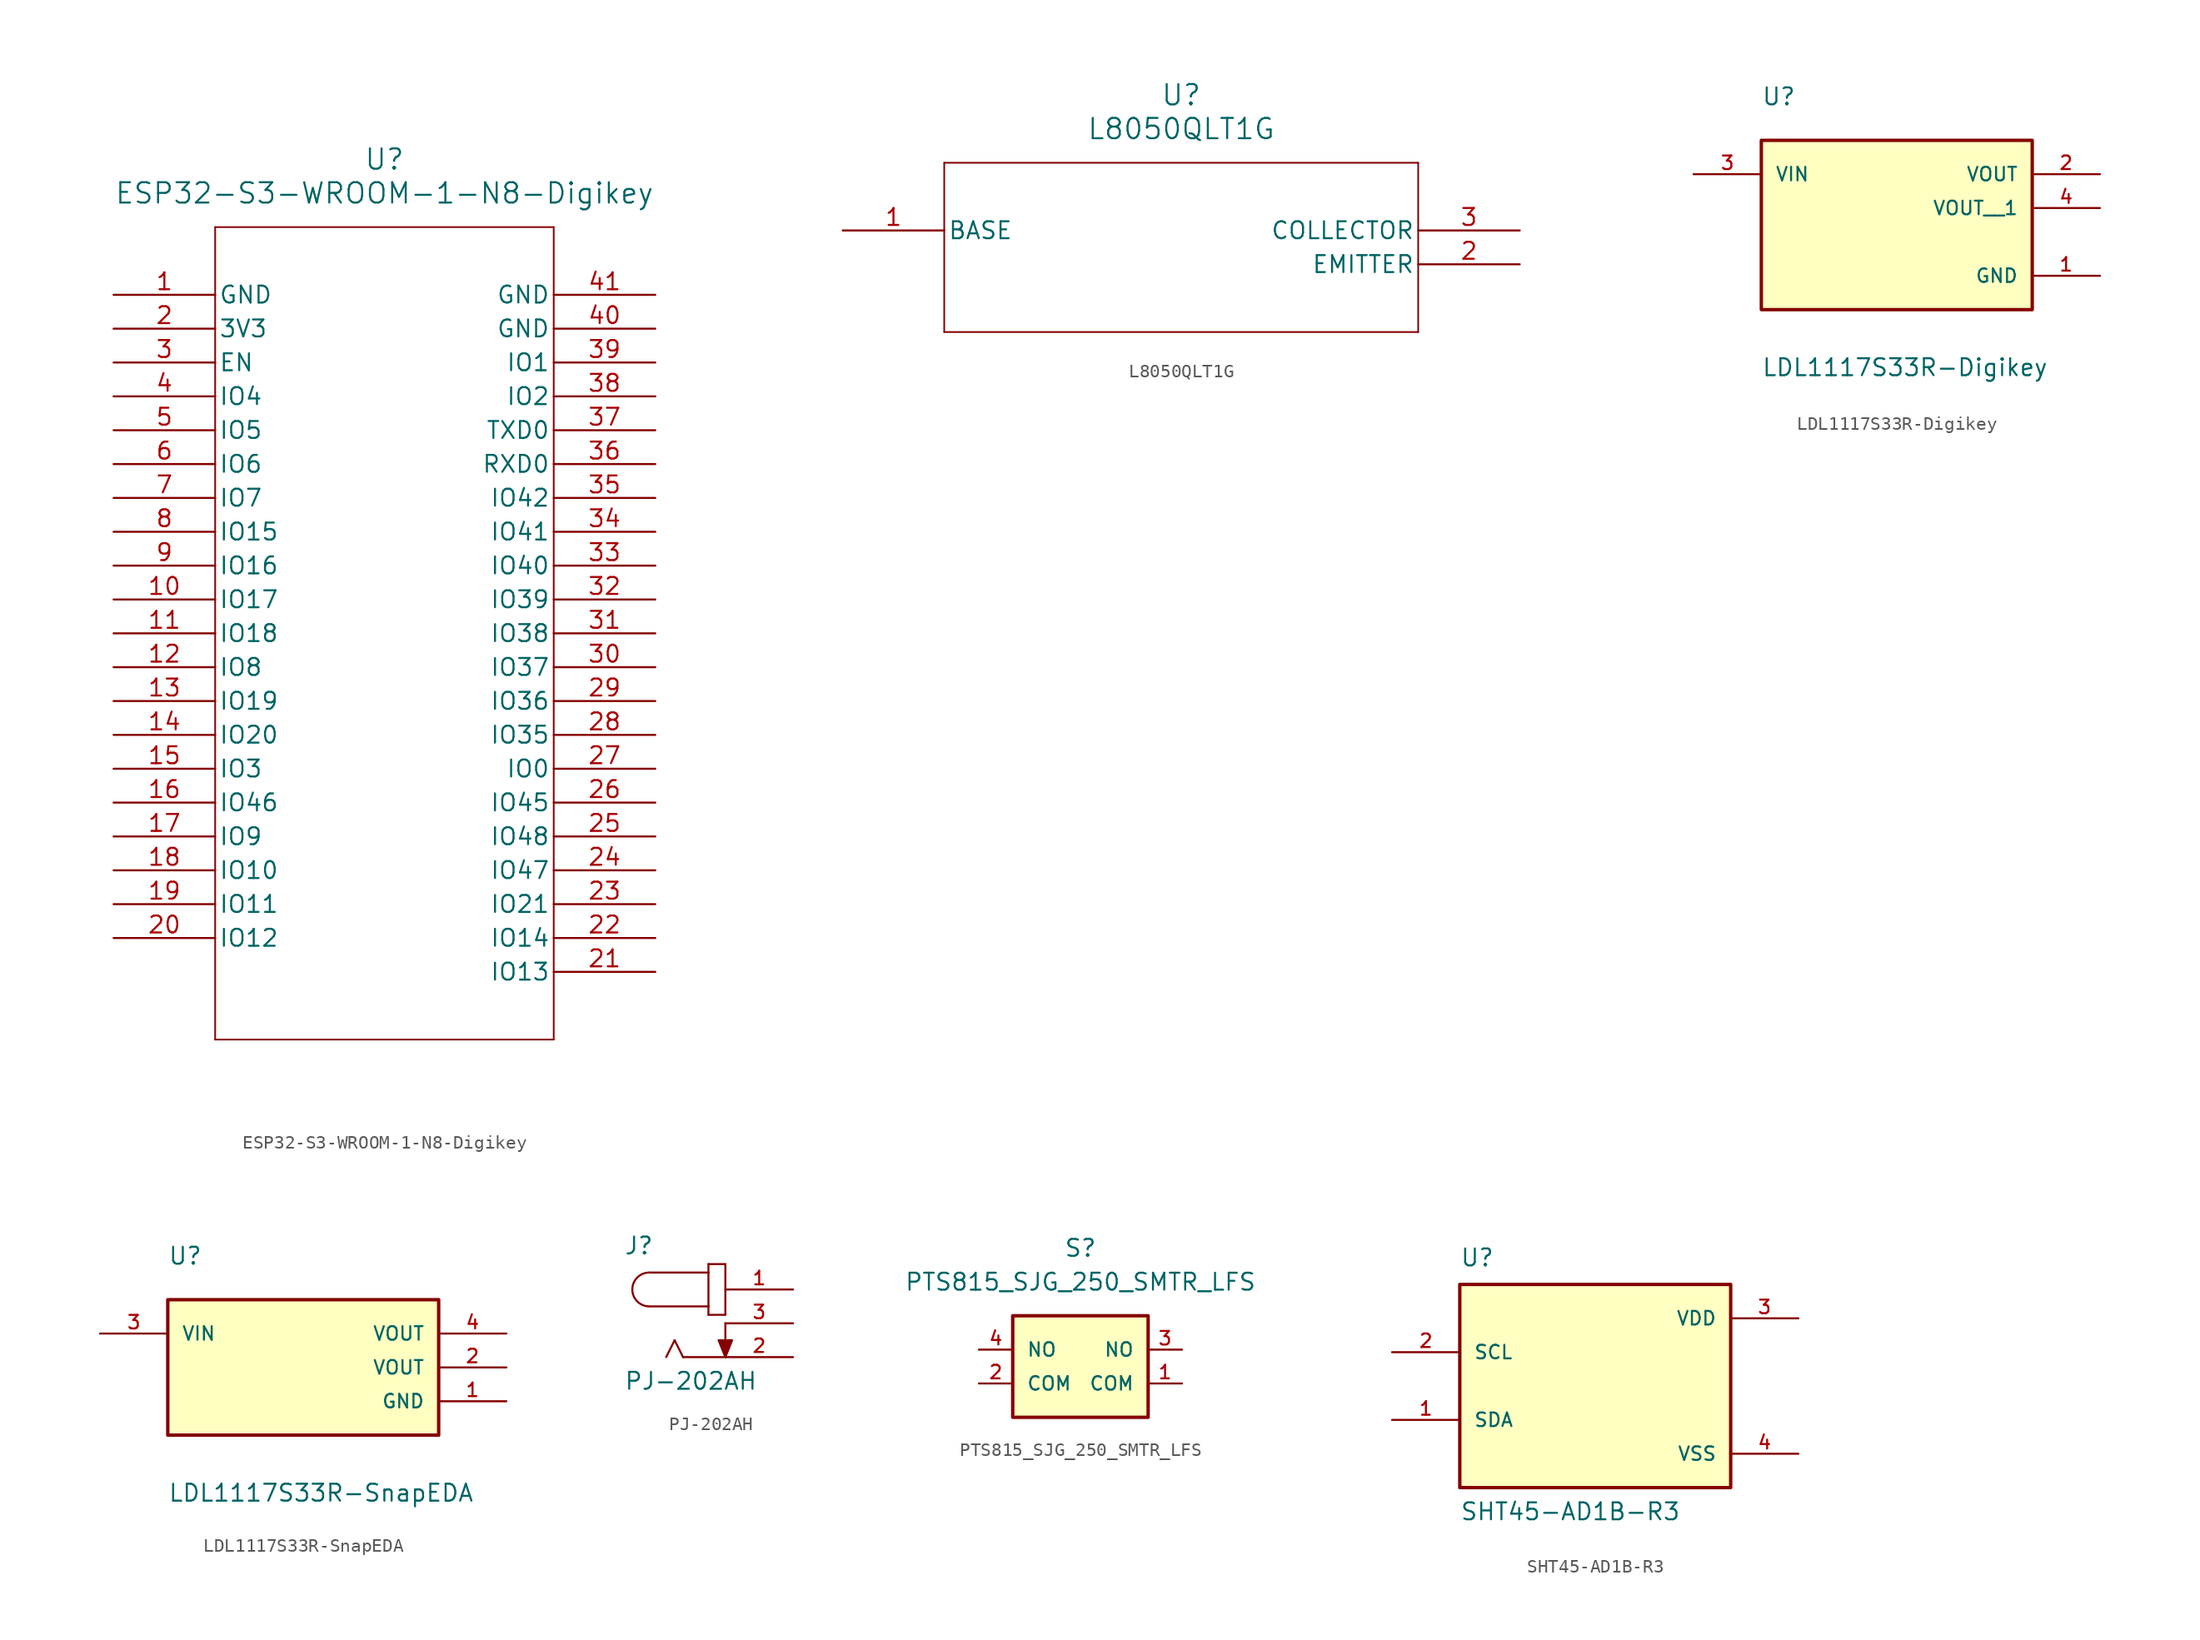
<source format=kicad_sym>
(kicad_symbol_lib
  (version 20231120)
  (generator "kicad_symbol_editor")
  (generator_version "8.0")
  (symbol "ESP32-S3-WROOM-1-N8-Digikey"
    (pin_names
      (offset 0.254))
    (property "Reference" "U"
      (at 20.32 10.16 0)
      (effects (font (size 1.524 1.524))))
    (property "Value" "ESP32-S3-WROOM-1-N8-Digikey"
      (at 20.32 7.62 0)
      (effects (font (size 1.524 1.524))))
    (property "ki_locked" ""
      (at 0 0 0)
      (effects (font (size 1.27 1.27))))
    (symbol "ESP32-S3-WROOM-1-N8-Digikey_0_1"
      (polyline (pts (xy 7.62 -55.88) (xy 33.02 -55.88)) (stroke (width 0.127) (type default)) (fill (type none)))
      (polyline (pts (xy 7.62 5.08) (xy 7.62 -55.88)) (stroke (width 0.127) (type default)) (fill (type none)))
      (polyline (pts (xy 33.02 -55.88) (xy 33.02 5.08)) (stroke (width 0.127) (type default)) (fill (type none)))
      (polyline (pts (xy 33.02 5.08) (xy 7.62 5.08)) (stroke (width 0.127) (type default)) (fill (type none)))
      (pin bidirectional line (at 0 -22.86 0) (length 7.62) (name "IO17" (effects (font (size 1.27 1.27)))) (number "10" (effects (font (size 1.27 1.27)))))
      (pin bidirectional line (at 0 -25.4 0) (length 7.62) (name "IO18" (effects (font (size 1.27 1.27)))) (number "11" (effects (font (size 1.27 1.27)))))
      (pin bidirectional line (at 0 -27.94 0) (length 7.62) (name "IO8" (effects (font (size 1.27 1.27)))) (number "12" (effects (font (size 1.27 1.27)))))
      (pin bidirectional line (at 0 -30.48 0) (length 7.62) (name "IO19" (effects (font (size 1.27 1.27)))) (number "13" (effects (font (size 1.27 1.27)))))
      (pin bidirectional line (at 0 -33.02 0) (length 7.62) (name "IO20" (effects (font (size 1.27 1.27)))) (number "14" (effects (font (size 1.27 1.27)))))
      (pin bidirectional line (at 0 -35.56 0) (length 7.62) (name "IO3" (effects (font (size 1.27 1.27)))) (number "15" (effects (font (size 1.27 1.27)))))
      (pin bidirectional line (at 0 -38.1 0) (length 7.62) (name "IO46" (effects (font (size 1.27 1.27)))) (number "16" (effects (font (size 1.27 1.27)))))
      (pin bidirectional line (at 0 -40.64 0) (length 7.62) (name "IO9" (effects (font (size 1.27 1.27)))) (number "17" (effects (font (size 1.27 1.27)))))
      (pin bidirectional line (at 0 -43.18 0) (length 7.62) (name "IO10" (effects (font (size 1.27 1.27)))) (number "18" (effects (font (size 1.27 1.27)))))
      (pin bidirectional line (at 0 -45.72 0) (length 7.62) (name "IO11" (effects (font (size 1.27 1.27)))) (number "19" (effects (font (size 1.27 1.27)))))
      (pin power_in line (at 0 -2.54 0) (length 7.62) (name "3V3" (effects (font (size 1.27 1.27)))) (number "2" (effects (font (size 1.27 1.27)))))
      (pin bidirectional line (at 0 -48.26 0) (length 7.62) (name "IO12" (effects (font (size 1.27 1.27)))) (number "20" (effects (font (size 1.27 1.27)))))
      (pin bidirectional line (at 40.64 -50.8 180) (length 7.62) (name "IO13" (effects (font (size 1.27 1.27)))) (number "21" (effects (font (size 1.27 1.27)))))
      (pin bidirectional line (at 40.64 -48.26 180) (length 7.62) (name "IO14" (effects (font (size 1.27 1.27)))) (number "22" (effects (font (size 1.27 1.27)))))
      (pin bidirectional line (at 40.64 -45.72 180) (length 7.62) (name "IO21" (effects (font (size 1.27 1.27)))) (number "23" (effects (font (size 1.27 1.27)))))
      (pin bidirectional line (at 40.64 -43.18 180) (length 7.62) (name "IO47" (effects (font (size 1.27 1.27)))) (number "24" (effects (font (size 1.27 1.27)))))
      (pin bidirectional line (at 40.64 -40.64 180) (length 7.62) (name "IO48" (effects (font (size 1.27 1.27)))) (number "25" (effects (font (size 1.27 1.27)))))
      (pin bidirectional line (at 40.64 -38.1 180) (length 7.62) (name "IO45" (effects (font (size 1.27 1.27)))) (number "26" (effects (font (size 1.27 1.27)))))
      (pin bidirectional line (at 40.64 -35.56 180) (length 7.62) (name "IO0" (effects (font (size 1.27 1.27)))) (number "27" (effects (font (size 1.27 1.27)))))
      (pin bidirectional line (at 40.64 -33.02 180) (length 7.62) (name "IO35" (effects (font (size 1.27 1.27)))) (number "28" (effects (font (size 1.27 1.27)))))
      (pin bidirectional line (at 40.64 -30.48 180) (length 7.62) (name "IO36" (effects (font (size 1.27 1.27)))) (number "29" (effects (font (size 1.27 1.27)))))
      (pin input line (at 0 -5.08 0) (length 7.62) (name "EN" (effects (font (size 1.27 1.27)))) (number "3" (effects (font (size 1.27 1.27)))))
      (pin bidirectional line (at 40.64 -27.94 180) (length 7.62) (name "IO37" (effects (font (size 1.27 1.27)))) (number "30" (effects (font (size 1.27 1.27)))))
      (pin bidirectional line (at 40.64 -25.4 180) (length 7.62) (name "IO38" (effects (font (size 1.27 1.27)))) (number "31" (effects (font (size 1.27 1.27)))))
      (pin bidirectional line (at 40.64 -22.86 180) (length 7.62) (name "IO39" (effects (font (size 1.27 1.27)))) (number "32" (effects (font (size 1.27 1.27)))))
      (pin bidirectional line (at 40.64 -20.32 180) (length 7.62) (name "IO40" (effects (font (size 1.27 1.27)))) (number "33" (effects (font (size 1.27 1.27)))))
      (pin bidirectional line (at 40.64 -17.78 180) (length 7.62) (name "IO41" (effects (font (size 1.27 1.27)))) (number "34" (effects (font (size 1.27 1.27)))))
      (pin bidirectional line (at 40.64 -15.24 180) (length 7.62) (name "IO42" (effects (font (size 1.27 1.27)))) (number "35" (effects (font (size 1.27 1.27)))))
      (pin bidirectional line (at 40.64 -12.7 180) (length 7.62) (name "RXD0" (effects (font (size 1.27 1.27)))) (number "36" (effects (font (size 1.27 1.27)))))
      (pin bidirectional line (at 40.64 -10.16 180) (length 7.62) (name "TXD0" (effects (font (size 1.27 1.27)))) (number "37" (effects (font (size 1.27 1.27)))))
      (pin bidirectional line (at 40.64 -7.62 180) (length 7.62) (name "IO2" (effects (font (size 1.27 1.27)))) (number "38" (effects (font (size 1.27 1.27)))))
      (pin bidirectional line (at 40.64 -5.08 180) (length 7.62) (name "IO1" (effects (font (size 1.27 1.27)))) (number "39" (effects (font (size 1.27 1.27)))))
      (pin bidirectional line (at 0 -7.62 0) (length 7.62) (name "IO4" (effects (font (size 1.27 1.27)))) (number "4" (effects (font (size 1.27 1.27)))))
      (pin bidirectional line (at 0 -10.16 0) (length 7.62) (name "IO5" (effects (font (size 1.27 1.27)))) (number "5" (effects (font (size 1.27 1.27)))))
      (pin bidirectional line (at 0 -12.7 0) (length 7.62) (name "IO6" (effects (font (size 1.27 1.27)))) (number "6" (effects (font (size 1.27 1.27)))))
      (pin bidirectional line (at 0 -15.24 0) (length 7.62) (name "IO7" (effects (font (size 1.27 1.27)))) (number "7" (effects (font (size 1.27 1.27)))))
      (pin bidirectional line (at 0 -17.78 0) (length 7.62) (name "IO15" (effects (font (size 1.27 1.27)))) (number "8" (effects (font (size 1.27 1.27)))))
      (pin bidirectional line (at 0 -20.32 0) (length 7.62) (name "IO16" (effects (font (size 1.27 1.27)))) (number "9" (effects (font (size 1.27 1.27))))))
    (symbol "ESP32-S3-WROOM-1-N8-Digikey_1_1"
      (pin power_in line (at 0 0 0) (length 7.62) (name "GND" (effects (font (size 1.27 1.27)))) (number "1" (effects (font (size 1.27 1.27)))))
      (pin power_in line (at 40.64 -2.54 180) (length 7.62) (name "GND" (effects (font (size 1.27 1.27)))) (number "40" (effects (font (size 1.27 1.27)))))
      (pin power_in line (at 40.64 0 180) (length 7.62) (name "GND" (effects (font (size 1.27 1.27)))) (number "41" (effects (font (size 1.27 1.27)))))))
  (symbol "L8050QLT1G"
    (pin_names
      (offset 0.254))
    (property "Reference" "U"
      (at 25.4 10.16 0)
      (effects (font (size 1.524 1.524))))
    (property "Value" "L8050QLT1G"
      (at 25.4 7.62 0)
      (effects (font (size 1.524 1.524))))
    (property "ki_locked" ""
      (at 0 0 0)
      (effects (font (size 1.27 1.27))))
    (symbol "L8050QLT1G_0_1"
      (polyline (pts (xy 7.62 -7.62) (xy 43.18 -7.62)) (stroke (width 0.127) (type default)) (fill (type none)))
      (polyline (pts (xy 7.62 5.08) (xy 7.62 -7.62)) (stroke (width 0.127) (type default)) (fill (type none)))
      (polyline (pts (xy 43.18 -7.62) (xy 43.18 5.08)) (stroke (width 0.127) (type default)) (fill (type none)))
      (polyline (pts (xy 43.18 5.08) (xy 7.62 5.08)) (stroke (width 0.127) (type default)) (fill (type none)))
      (pin unspecified line (at 0 0 0) (length 7.62) (name "BASE" (effects (font (size 1.27 1.27)))) (number "1" (effects (font (size 1.27 1.27)))))
      (pin unspecified line (at 50.8 -2.54 180) (length 7.62) (name "EMITTER" (effects (font (size 1.27 1.27)))) (number "2" (effects (font (size 1.27 1.27)))))
      (pin unspecified line (at 50.8 0 180) (length 7.62) (name "COLLECTOR" (effects (font (size 1.27 1.27)))) (number "3" (effects (font (size 1.27 1.27)))))))
  (symbol "LDL1117S33R-Digikey"
    (pin_names
      (offset 1.016))
    (property "Reference" "U"
      (at -10.16 7.62 0)
      (effects (font (size 1.27 1.27)) (justify left bottom)))
    (property "Value" "LDL1117S33R-Digikey"
      (at -10.16 -12.7 0)
      (effects (font (size 1.27 1.27)) (justify left bottom)))
    (symbol "LDL1117S33R-Digikey_0_0"
      (rectangle (start -10.16 -7.62) (end 10.16 5.08) (stroke (width 0.254) (type default)) (fill (type background)))
      (pin power_in line (at 15.24 -5.08 180) (length 5.08) (name "GND" (effects (font (size 1.016 1.016)))) (number "1" (effects (font (size 1.016 1.016)))))
      (pin output line (at 15.24 2.54 180) (length 5.08) (name "VOUT" (effects (font (size 1.016 1.016)))) (number "2" (effects (font (size 1.016 1.016)))))
      (pin input line (at -15.24 2.54 0) (length 5.08) (name "VIN" (effects (font (size 1.016 1.016)))) (number "3" (effects (font (size 1.016 1.016)))))
      (pin output line (at 15.24 0 180) (length 5.08) (name "VOUT__1" (effects (font (size 1.016 1.016)))) (number "4" (effects (font (size 1.016 1.016)))))))
  (symbol "LDL1117S33R-SnapEDA"
    (pin_names
      (offset 1.016))
    (property "Reference" "U"
      (at -10.16 7.62 0)
      (effects (font (size 1.27 1.27)) (justify left bottom)))
    (property "Value" "LDL1117S33R-SnapEDA"
      (at -10.16 -10.16 0)
      (effects (font (size 1.27 1.27)) (justify left bottom)))
    (symbol "LDL1117S33R-SnapEDA_0_0"
      (rectangle (start -10.16 5.08) (end 10.16 -5.08) (stroke (width 0.254) (type default)) (fill (type background)))
      (pin power_in line (at 15.24 -2.54 180) (length 5.08) (name "GND" (effects (font (size 1.016 1.016)))) (number "1" (effects (font (size 1.016 1.016)))))
      (pin input line (at -15.24 2.54 0) (length 5.08) (name "VIN" (effects (font (size 1.016 1.016)))) (number "3" (effects (font (size 1.016 1.016))))))
    (symbol "LDL1117S33R-SnapEDA_1_0"
      (pin power_in line (at 15.24 0 180) (length 5.08) (name "VOUT" (effects (font (size 1.016 1.016)))) (number "2" (effects (font (size 1.016 1.016)))))
      (pin power_out line (at 15.24 2.54 180) (length 5.08) (name "VOUT" (effects (font (size 1.016 1.016)))) (number "4" (effects (font (size 1.016 1.016)))))))
  (symbol "PJ-202AH"
    (pin_names
      (offset 1.016))
    (property "Reference" "J"
      (at -7.62 5.08 0)
      (effects (font (size 1.27 1.27)) (justify left bottom)))
    (property "Value" "PJ-202AH"
      (at -7.62 -5.08 0)
      (effects (font (size 1.27 1.27)) (justify left bottom)))
    (symbol "PJ-202AH_0_0"
      (arc (start -5.715 3.81) (mid -6.9795 2.54) (end -5.715 1.27) (stroke (width 0.1524) (type default)) (fill (type none)))
      (polyline (pts (xy -5.715 3.81) (xy -1.27 3.81)) (stroke (width 0.152) (type default)) (fill (type none)))
      (polyline (pts (xy -3.81 -1.27) (xy -4.445 -2.54)) (stroke (width 0.152) (type default)) (fill (type none)))
      (polyline (pts (xy -3.175 -2.54) (xy -3.81 -1.27)) (stroke (width 0.152) (type default)) (fill (type none)))
      (polyline (pts (xy -1.27 0.635) (xy 0 0.635)) (stroke (width 0.152) (type default)) (fill (type none)))
      (polyline (pts (xy -1.27 1.27) (xy -5.715 1.27)) (stroke (width 0.152) (type default)) (fill (type none)))
      (polyline (pts (xy -1.27 1.27) (xy -1.27 0.635)) (stroke (width 0.152) (type default)) (fill (type none)))
      (polyline (pts (xy -1.27 3.81) (xy -1.27 1.27)) (stroke (width 0.152) (type default)) (fill (type none)))
      (polyline (pts (xy -1.27 4.445) (xy -1.27 3.81)) (stroke (width 0.152) (type default)) (fill (type none)))
      (polyline (pts (xy 0 -2.54) (xy -3.175 -2.54)) (stroke (width 0.152) (type default)) (fill (type none)))
      (polyline (pts (xy 0 0) (xy 0 -2.54)) (stroke (width 0.152) (type default)) (fill (type none)))
      (polyline (pts (xy 0 0.635) (xy 0 4.445)) (stroke (width 0.152) (type default)) (fill (type none)))
      (polyline (pts (xy 0 4.445) (xy -1.27 4.445)) (stroke (width 0.152) (type default)) (fill (type none)))
      (polyline (pts (xy 0 -2.54) (xy -0.508 -1.27) (xy 0.508 -1.27) (xy 0 -2.54)) (stroke (width 0.152) (type default)) (fill (type outline)))
      (pin passive line (at 5.08 2.54 180) (length 5.08) (name "~" (effects (font (size 1.016 1.016)))) (number "1" (effects (font (size 1.016 1.016)))))
      (pin passive line (at 5.08 -2.54 180) (length 5.08) (name "~" (effects (font (size 1.016 1.016)))) (number "2" (effects (font (size 1.016 1.016)))))
      (pin passive line (at 5.08 0 180) (length 5.08) (name "~" (effects (font (size 1.016 1.016)))) (number "3" (effects (font (size 1.016 1.016)))))))
  (symbol "PTS815_SJG_250_SMTR_LFS"
    (pin_names
      (offset 1.016))
    (property "Reference" "S"
      (at 5.08 5.08 0)
      (effects (font (size 1.27 1.27))))
    (property "Value" "PTS815_SJG_250_SMTR_LFS"
      (at 5.08 2.54 0)
      (effects (font (size 1.27 1.27))))
    (symbol "PTS815_SJG_250_SMTR_LFS_0_0"
      (rectangle (start 0 -7.62) (end 10.16 0) (stroke (width 0.254) (type default)) (fill (type background)))
      (pin bidirectional line (at 12.7 -5.08 180) (length 2.54) (name "COM" (effects (font (size 1.016 1.016)))) (number "1" (effects (font (size 1.016 1.016)))))
      (pin bidirectional line (at -2.54 -5.08 0) (length 2.54) (name "COM" (effects (font (size 1.016 1.016)))) (number "2" (effects (font (size 1.016 1.016)))))
      (pin bidirectional line (at 12.7 -2.54 180) (length 2.54) (name "NO" (effects (font (size 1.016 1.016)))) (number "3" (effects (font (size 1.016 1.016)))))
      (pin bidirectional line (at -2.54 -2.54 0) (length 2.54) (name "NO" (effects (font (size 1.016 1.016)))) (number "4" (effects (font (size 1.016 1.016)))))))
  (symbol "SHT45-AD1B-R3"
    (pin_names
      (offset 1.016))
    (property "Reference" "U"
      (at -10.16 8.89 0)
      (effects (font (size 1.27 1.27)) (justify left bottom)))
    (property "Value" "SHT45-AD1B-R3"
      (at -10.16 -10.16 0)
      (effects (font (size 1.27 1.27)) (justify left bottom)))
    (symbol "SHT45-AD1B-R3_0_0"
      (rectangle (start -10.16 -7.62) (end 10.16 7.62) (stroke (width 0.254) (type default)) (fill (type background)))
      (pin bidirectional line (at -15.24 -2.54 0) (length 5.08) (name "SDA" (effects (font (size 1.016 1.016)))) (number "1" (effects (font (size 1.016 1.016)))))
      (pin input line (at -15.24 2.54 0) (length 5.08) (name "SCL" (effects (font (size 1.016 1.016)))) (number "2" (effects (font (size 1.016 1.016)))))
      (pin power_in line (at 15.24 5.08 180) (length 5.08) (name "VDD" (effects (font (size 1.016 1.016)))) (number "3" (effects (font (size 1.016 1.016)))))
      (pin power_in line (at 15.24 -5.08 180) (length 5.08) (name "VSS" (effects (font (size 1.016 1.016)))) (number "4" (effects (font (size 1.016 1.016))))))))
</source>
